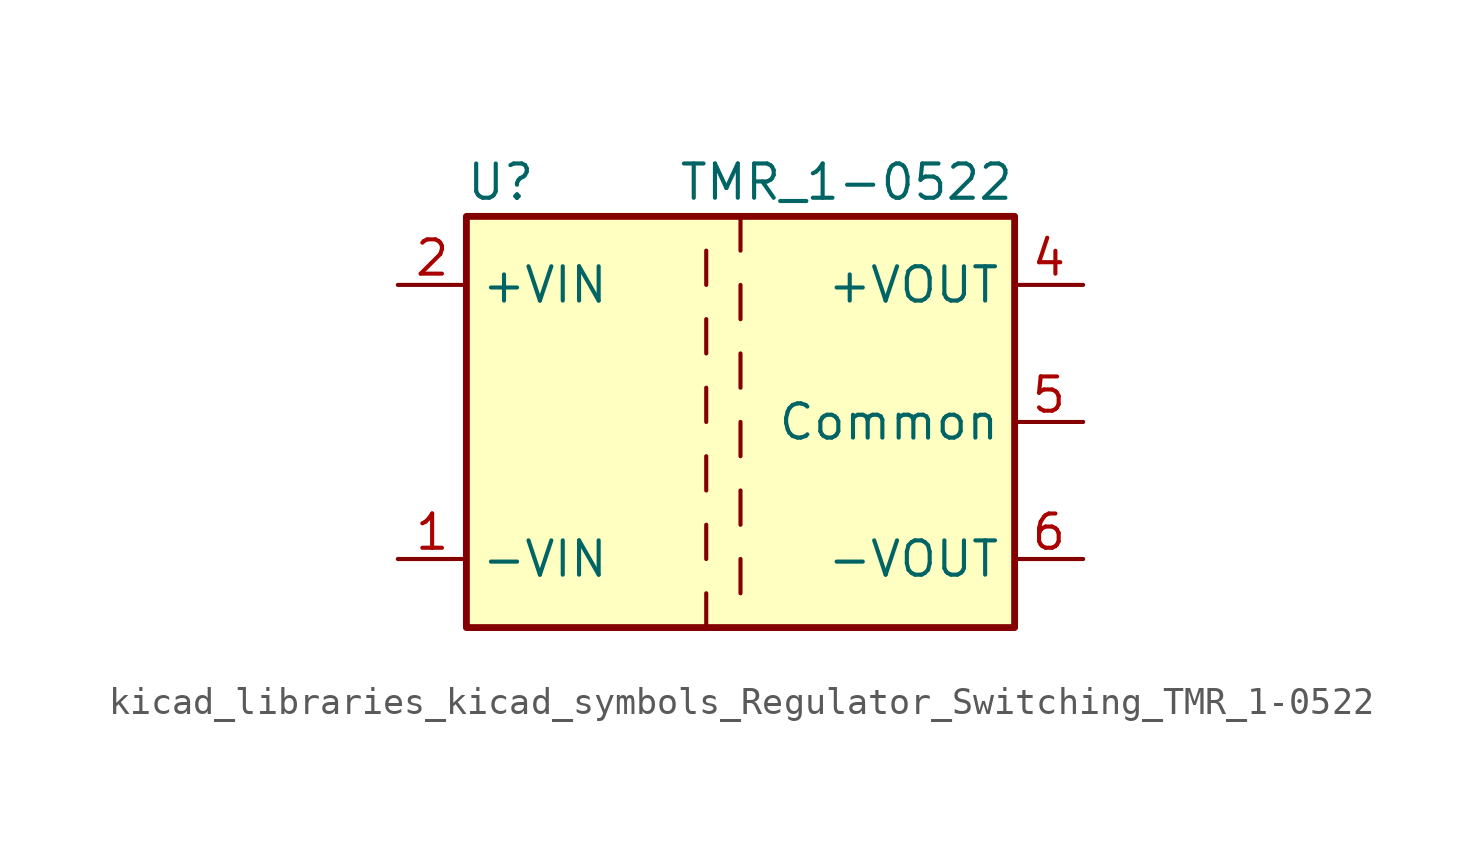
<source format=kicad_sym>
(kicad_symbol_lib
  (version 20220914)
  (generator kicad_symbol_editor)
  (symbol "kicad_libraries_kicad_symbols_Regulator_Switching_TMR_1-0522"
    (property "Reference" "U"
      (at -8.89 8.89 0)
      (effects (font (size 1.27 1.27))))
    (property "Value" "TMR_1-0522"
      (at 10.16 8.89 0)
      (effects (font (size 1.27 1.27)) (justify right)))
    (symbol "kicad_libraries_kicad_symbols_Regulator_Switching_TMR_1-0522_0_1"
      (rectangle (start -10.16 7.62) (end 10.16 -7.62) (stroke (width 0.254) (type default)) (fill (type background)))
      (polyline (pts (xy -1.27 -6.35) (xy -1.27 -7.62)) (stroke (width 0) (type default)) (fill (type none)))
      (polyline (pts (xy -1.27 -3.81) (xy -1.27 -5.08)) (stroke (width 0) (type default)) (fill (type none)))
      (polyline (pts (xy -1.27 -1.27) (xy -1.27 -2.54)) (stroke (width 0) (type default)) (fill (type none)))
      (polyline (pts (xy -1.27 1.27) (xy -1.27 0)) (stroke (width 0) (type default)) (fill (type none)))
      (polyline (pts (xy -1.27 3.81) (xy -1.27 2.54)) (stroke (width 0) (type default)) (fill (type none)))
      (polyline (pts (xy -1.27 6.35) (xy -1.27 5.08)) (stroke (width 0) (type default)) (fill (type none)))
      (polyline (pts (xy 0 -5.08) (xy 0 -6.35)) (stroke (width 0) (type default)) (fill (type none)))
      (polyline (pts (xy 0 -2.54) (xy 0 -3.81)) (stroke (width 0) (type default)) (fill (type none)))
      (polyline (pts (xy 0 0) (xy 0 -1.27)) (stroke (width 0) (type default)) (fill (type none)))
      (polyline (pts (xy 0 2.54) (xy 0 1.27)) (stroke (width 0) (type default)) (fill (type none)))
      (polyline (pts (xy 0 5.08) (xy 0 3.81)) (stroke (width 0) (type default)) (fill (type none)))
      (polyline (pts (xy 0 7.62) (xy 0 6.35)) (stroke (width 0) (type default)) (fill (type none))))
    (symbol "kicad_libraries_kicad_symbols_Regulator_Switching_TMR_1-0522_1_1"
      (pin power_in line (at -12.7 -5.08 0) (length 2.54) (name "-VIN" (effects (font (size 1.27 1.27)))) (number "1" (effects (font (size 1.27 1.27)))))
      (pin power_in line (at -12.7 5.08 0) (length 2.54) (name "+VIN" (effects (font (size 1.27 1.27)))) (number "2" (effects (font (size 1.27 1.27)))))
      (pin power_out line (at 12.7 5.08 180) (length 2.54) (name "+VOUT" (effects (font (size 1.27 1.27)))) (number "4" (effects (font (size 1.27 1.27)))))
      (pin power_out line (at 12.7 0 180) (length 2.54) (name "Common" (effects (font (size 1.27 1.27)))) (number "5" (effects (font (size 1.27 1.27)))))
      (pin power_out line (at 12.7 -5.08 180) (length 2.54) (name "-VOUT" (effects (font (size 1.27 1.27)))) (number "6" (effects (font (size 1.27 1.27))))))))
</source>
